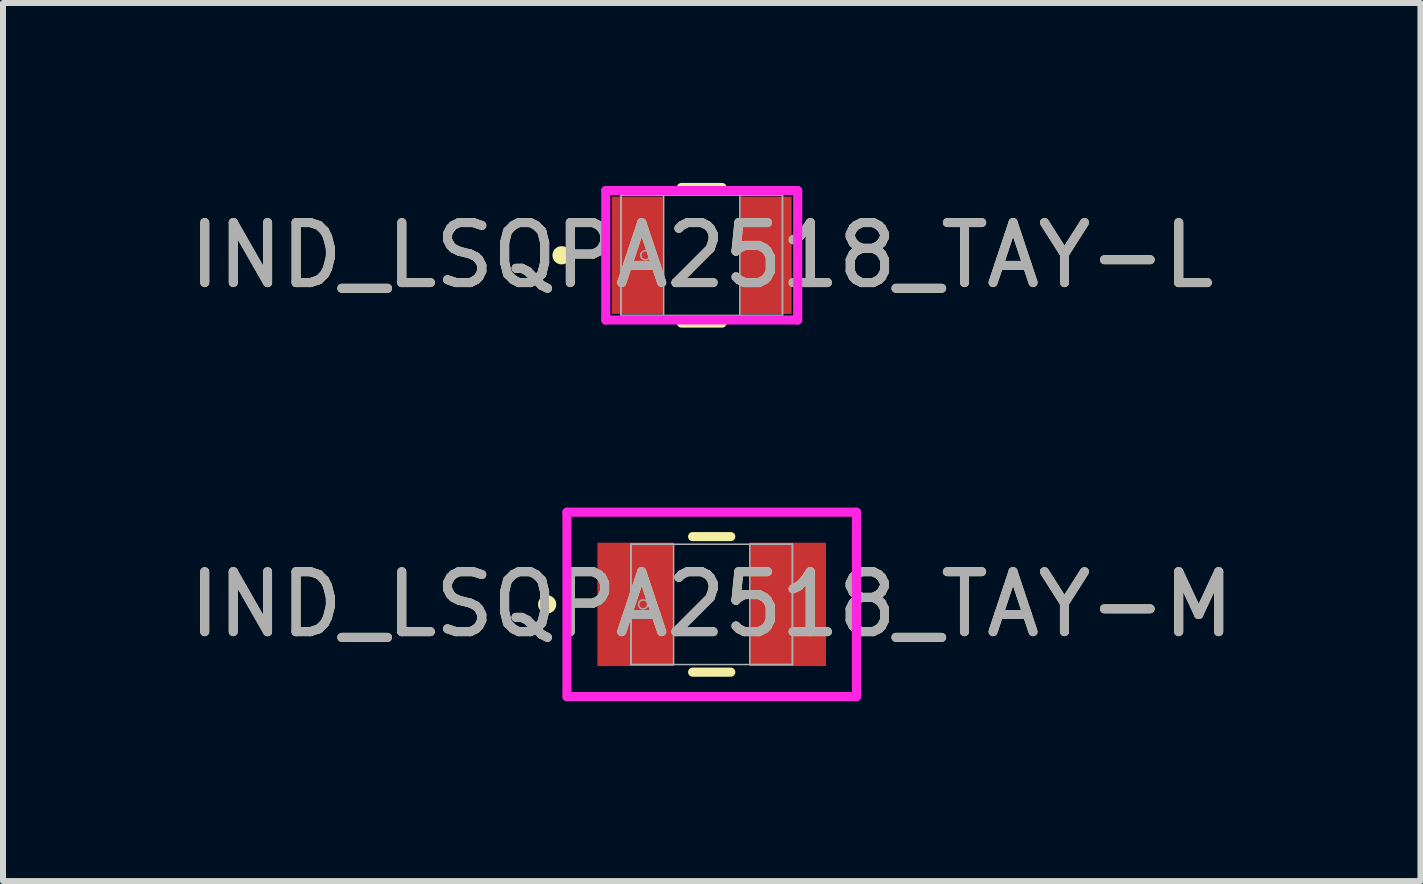
<source format=kicad_pcb>
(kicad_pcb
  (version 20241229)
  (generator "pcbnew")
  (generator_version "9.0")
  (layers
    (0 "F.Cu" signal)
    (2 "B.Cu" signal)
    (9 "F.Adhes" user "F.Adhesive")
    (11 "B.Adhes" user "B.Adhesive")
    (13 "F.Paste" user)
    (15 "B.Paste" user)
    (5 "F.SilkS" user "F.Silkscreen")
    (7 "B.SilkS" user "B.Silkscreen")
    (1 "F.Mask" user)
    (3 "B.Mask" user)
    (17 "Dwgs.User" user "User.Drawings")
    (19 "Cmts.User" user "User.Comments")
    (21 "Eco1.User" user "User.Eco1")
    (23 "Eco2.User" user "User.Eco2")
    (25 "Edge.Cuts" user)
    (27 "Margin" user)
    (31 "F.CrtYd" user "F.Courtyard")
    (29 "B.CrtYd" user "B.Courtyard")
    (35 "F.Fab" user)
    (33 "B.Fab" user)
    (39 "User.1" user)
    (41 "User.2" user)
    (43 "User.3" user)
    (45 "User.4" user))
  (footprint "IND_LSQPA2518_TAY-L"
    (layer "F.Cu")
    (at 8.649 1.206)
    (property "Reference" "IND_LSQPA2518_TAY-L" (at 0 0 0) (unlocked yes) (layer "F.SilkS") (effects (font (size 1 1) (thickness 0.15))))
    (attr smd)
    (fp_line (start -0.339 1.13) (end 0.339 1.13) (stroke (width 0.152) (type solid)) (layer "F.SilkS"))
    (fp_line (start 0.339 -1.13) (end -0.339 -1.13) (stroke (width 0.152) (type solid)) (layer "F.SilkS"))
    (fp_circle (center -2.337 0) (end -2.261 0) (stroke (width 0.152) (type solid)) (fill no) (layer "F.SilkS"))
    (fp_line (start -1.6 -1.079) (end 1.6 -1.079) (stroke (width 0.152) (type solid)) (layer "F.CrtYd"))
    (fp_line (start -1.6 1.079) (end -1.6 -1.079) (stroke (width 0.152) (type solid)) (layer "F.CrtYd"))
    (fp_line (start 1.6 -1.079) (end 1.6 1.079) (stroke (width 0.152) (type solid)) (layer "F.CrtYd"))
    (fp_line (start 1.6 1.079) (end -1.6 1.079) (stroke (width 0.152) (type solid)) (layer "F.CrtYd"))
    (fp_line (start -1.346 -1.003) (end -1.346 1.003) (stroke (width 0.025) (type solid)) (layer "F.Fab"))
    (fp_line (start -1.346 -1.003) (end -1.346 1.003) (stroke (width 0.025) (type solid)) (layer "F.Fab"))
    (fp_line (start -1.346 1.003) (end -0.635 1.003) (stroke (width 0.025) (type solid)) (layer "F.Fab"))
    (fp_line (start -1.346 1.003) (end 1.346 1.003) (stroke (width 0.025) (type solid)) (layer "F.Fab"))
    (fp_line (start -0.635 -1.003) (end -1.346 -1.003) (stroke (width 0.025) (type solid)) (layer "F.Fab"))
    (fp_line (start -0.635 1.003) (end -0.635 -1.003) (stroke (width 0.025) (type solid)) (layer "F.Fab"))
    (fp_line (start 0.635 -1.003) (end 0.635 1.003) (stroke (width 0.025) (type solid)) (layer "F.Fab"))
    (fp_line (start 0.635 1.003) (end 1.346 1.003) (stroke (width 0.025) (type solid)) (layer "F.Fab"))
    (fp_line (start 1.346 -1.003) (end -1.346 -1.003) (stroke (width 0.025) (type solid)) (layer "F.Fab"))
    (fp_line (start 1.346 -1.003) (end 0.635 -1.003) (stroke (width 0.025) (type solid)) (layer "F.Fab"))
    (fp_line (start 1.346 1.003) (end 1.346 -1.003) (stroke (width 0.025) (type solid)) (layer "F.Fab"))
    (fp_line (start 1.346 1.003) (end 1.346 -1.003) (stroke (width 0.025) (type solid)) (layer "F.Fab"))
    (fp_circle (center -0.94 0) (end -0.864 0) (stroke (width 0.025) (type solid)) (fill no) (layer "F.Fab"))
    (fp_text user "${REFERENCE}" (at 0 0 0) (unlocked yes) (layer "F.Fab") (effects (font (size 1 1) (thickness 0.15))))
    (pad "1" smd rect (at -1.067 0) (size 0.864 1.956) (layers "F.Cu" "F.Mask" "F.Paste"))
    (pad "2" smd rect (at 1.067 0) (size 0.864 1.956) (layers "F.Cu" "F.Mask" "F.Paste"))
    (zone (net_name "") (layer "F.Cu") (hatch full 0.508) (connect_pads) (min_thickness 0.254) (filled_areas_thickness no) (keepout (tracks not_allowed) (vias not_allowed) (pads allowed) (copperpour not_allowed) (footprints allowed)) (placement (enabled no)) (fill) (polygon (pts (xy 8.065 0.254) (xy 9.233 0.254) (xy 9.233 2.159) (xy 8.065 2.159)))))
  (footprint "IND_LSQPA2518_TAY-M"
    (layer "F.Cu")
    (at 8.815 7.026)
    (property "Reference" "IND_LSQPA2518_TAY-M" (at 0 0 0) (unlocked yes) (layer "F.SilkS") (effects (font (size 1 1) (thickness 0.15))))
    (attr smd)
    (fp_line (start -0.318 1.13) (end 0.318 1.13) (stroke (width 0.152) (type solid)) (layer "F.SilkS"))
    (fp_line (start 0.318 -1.13) (end -0.318 -1.13) (stroke (width 0.152) (type solid)) (layer "F.SilkS"))
    (fp_circle (center -2.743 0) (end -2.667 0) (stroke (width 0.152) (type solid)) (fill no) (layer "F.SilkS"))
    (fp_line (start -2.413 -1.537) (end 2.413 -1.537) (stroke (width 0.152) (type solid)) (layer "F.CrtYd"))
    (fp_line (start -2.413 1.537) (end -2.413 -1.537) (stroke (width 0.152) (type solid)) (layer "F.CrtYd"))
    (fp_line (start 2.413 -1.537) (end 2.413 1.537) (stroke (width 0.152) (type solid)) (layer "F.CrtYd"))
    (fp_line (start 2.413 1.537) (end -2.413 1.537) (stroke (width 0.152) (type solid)) (layer "F.CrtYd"))
    (fp_line (start -1.346 -1.003) (end -1.346 1.003) (stroke (width 0.025) (type solid)) (layer "F.Fab"))
    (fp_line (start -1.346 -1.003) (end -1.346 1.003) (stroke (width 0.025) (type solid)) (layer "F.Fab"))
    (fp_line (start -1.346 1.003) (end -0.635 1.003) (stroke (width 0.025) (type solid)) (layer "F.Fab"))
    (fp_line (start -1.346 1.003) (end 1.346 1.003) (stroke (width 0.025) (type solid)) (layer "F.Fab"))
    (fp_line (start -0.635 -1.003) (end -1.346 -1.003) (stroke (width 0.025) (type solid)) (layer "F.Fab"))
    (fp_line (start -0.635 1.003) (end -0.635 -1.003) (stroke (width 0.025) (type solid)) (layer "F.Fab"))
    (fp_line (start 0.635 -1.003) (end 0.635 1.003) (stroke (width 0.025) (type solid)) (layer "F.Fab"))
    (fp_line (start 0.635 1.003) (end 1.346 1.003) (stroke (width 0.025) (type solid)) (layer "F.Fab"))
    (fp_line (start 1.346 -1.003) (end -1.346 -1.003) (stroke (width 0.025) (type solid)) (layer "F.Fab"))
    (fp_line (start 1.346 -1.003) (end 0.635 -1.003) (stroke (width 0.025) (type solid)) (layer "F.Fab"))
    (fp_line (start 1.346 1.003) (end 1.346 -1.003) (stroke (width 0.025) (type solid)) (layer "F.Fab"))
    (fp_line (start 1.346 1.003) (end 1.346 -1.003) (stroke (width 0.025) (type solid)) (layer "F.Fab"))
    (fp_circle (center -1.143 0) (end -1.067 0) (stroke (width 0.025) (type solid)) (fill no) (layer "F.Fab"))
    (fp_text user "${REFERENCE}" (at 0 0 0) (unlocked yes) (layer "F.Fab") (effects (font (size 1 1) (thickness 0.15))))
    (pad "1" smd rect (at -1.27 0) (size 1.27 2.057) (layers "F.Cu" "F.Mask" "F.Paste"))
    (pad "2" smd rect (at 1.27 0) (size 1.27 2.057) (layers "F.Cu" "F.Mask" "F.Paste"))
    (zone (net_name "") (layer "F.Cu") (hatch full 0.508) (connect_pads) (min_thickness 0.254) (filled_areas_thickness no) (keepout (tracks not_allowed) (vias not_allowed) (pads allowed) (copperpour not_allowed) (footprints allowed)) (placement (enabled no)) (fill) (polygon (pts (xy 8.231 6.073) (xy 9.4 6.073) (xy 9.4 7.978) (xy 8.231 7.978)))))
  (gr_rect
    (start -3 -3)
    (end 20.631 11.639)
    (stroke (width 0.1) (type default))
    (fill no)
    (layer "Edge.Cuts")))
</source>
